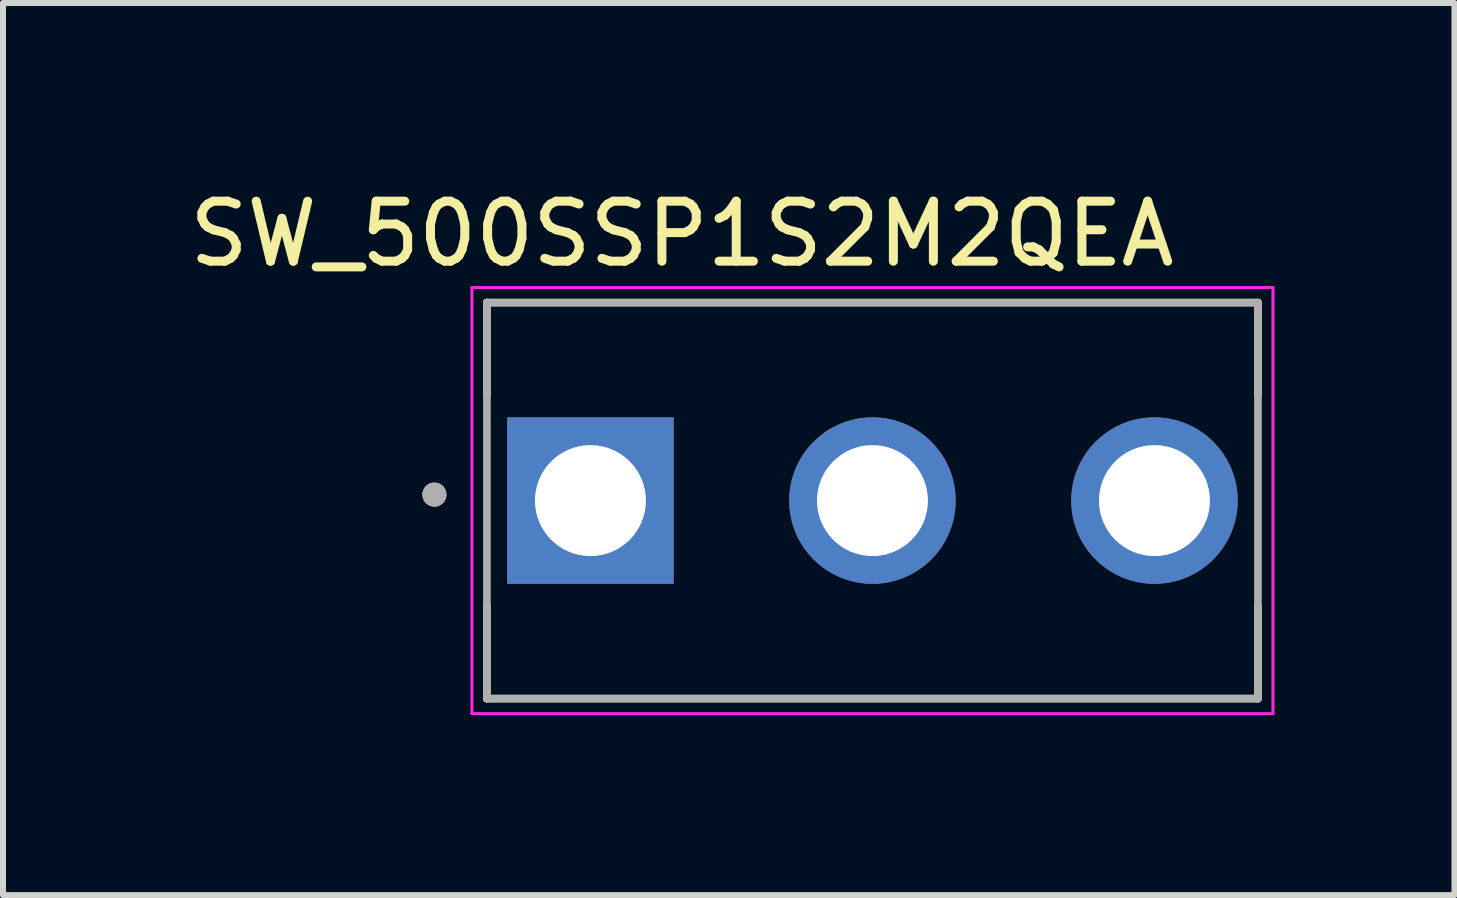
<source format=kicad_pcb>
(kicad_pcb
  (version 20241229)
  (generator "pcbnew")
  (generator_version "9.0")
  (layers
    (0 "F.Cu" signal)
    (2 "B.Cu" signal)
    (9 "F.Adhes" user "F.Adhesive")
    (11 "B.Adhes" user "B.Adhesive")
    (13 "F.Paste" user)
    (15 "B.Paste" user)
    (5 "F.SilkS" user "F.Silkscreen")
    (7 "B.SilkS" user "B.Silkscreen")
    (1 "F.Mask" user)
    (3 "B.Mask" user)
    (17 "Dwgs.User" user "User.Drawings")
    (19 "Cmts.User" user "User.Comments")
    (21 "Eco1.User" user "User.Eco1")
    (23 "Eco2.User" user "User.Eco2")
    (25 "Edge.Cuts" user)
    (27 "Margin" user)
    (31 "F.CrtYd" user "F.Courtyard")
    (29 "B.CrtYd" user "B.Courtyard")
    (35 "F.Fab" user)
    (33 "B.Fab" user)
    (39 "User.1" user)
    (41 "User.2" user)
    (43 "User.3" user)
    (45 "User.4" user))
  (footprint "SW_500SSP1S2M2QEA"
    (layer "F.Cu")
    (at 11.49 5.293)
    (property "Reference" "SW_500SSP1S2M2QEA" (at -3.175 -4.445 0) (layer "F.SilkS") (effects (font (size 1 1) (thickness 0.15))))
    (attr through_hole)
    (fp_line (start -6.425 -3.3) (end 6.425 -3.3) (stroke (width 0.127) (type solid)) (layer "F.SilkS"))
    (fp_line (start -6.425 -1.75) (end -6.425 -3.3) (stroke (width 0.127) (type solid)) (layer "F.SilkS"))
    (fp_line (start -6.425 3.3) (end -6.425 1.75) (stroke (width 0.127) (type solid)) (layer "F.SilkS"))
    (fp_line (start 6.425 -3.3) (end 6.425 -1.75) (stroke (width 0.127) (type solid)) (layer "F.SilkS"))
    (fp_line (start 6.425 1.75) (end 6.425 3.3) (stroke (width 0.127) (type solid)) (layer "F.SilkS"))
    (fp_line (start 6.425 3.3) (end -6.425 3.3) (stroke (width 0.127) (type solid)) (layer "F.SilkS"))
    (fp_circle (center -7.3 -0.1) (end -7.2 -0.1) (stroke (width 0.2) (type solid)) (fill no) (layer "F.SilkS"))
    (fp_line (start -6.675 -3.55) (end 6.675 -3.55) (stroke (width 0.05) (type solid)) (layer "F.CrtYd"))
    (fp_line (start -6.675 3.55) (end -6.675 -3.55) (stroke (width 0.05) (type solid)) (layer "F.CrtYd"))
    (fp_line (start 6.675 -3.55) (end 6.675 3.55) (stroke (width 0.05) (type solid)) (layer "F.CrtYd"))
    (fp_line (start 6.675 3.55) (end -6.675 3.55) (stroke (width 0.05) (type solid)) (layer "F.CrtYd"))
    (fp_line (start -6.425 -3.3) (end 6.425 -3.3) (stroke (width 0.127) (type solid)) (layer "F.Fab"))
    (fp_line (start -6.425 3.3) (end -6.425 -3.3) (stroke (width 0.127) (type solid)) (layer "F.Fab"))
    (fp_line (start 6.425 -3.3) (end 6.425 3.3) (stroke (width 0.127) (type solid)) (layer "F.Fab"))
    (fp_line (start 6.425 3.3) (end -6.425 3.3) (stroke (width 0.127) (type solid)) (layer "F.Fab"))
    (fp_circle (center -7.3 -0.1) (end -7.2 -0.1) (stroke (width 0.2) (type solid)) (fill no) (layer "F.Fab"))
    (pad "1" thru_hole rect (at -4.7 0) (size 2.775 2.775) (drill 1.85) (layers "*.Cu" "*.Mask"))
    (pad "2" thru_hole circle (at 0 0) (size 2.775 2.775) (drill 1.85) (layers "*.Cu" "*.Mask"))
    (pad "3" thru_hole circle (at 4.7 0) (size 2.775 2.775) (drill 1.85) (layers "*.Cu" "*.Mask")))
  (gr_rect
    (start -3 -3)
    (end 21.19 11.868)
    (stroke (width 0.1) (type default))
    (fill no)
    (layer "Edge.Cuts")))
</source>
